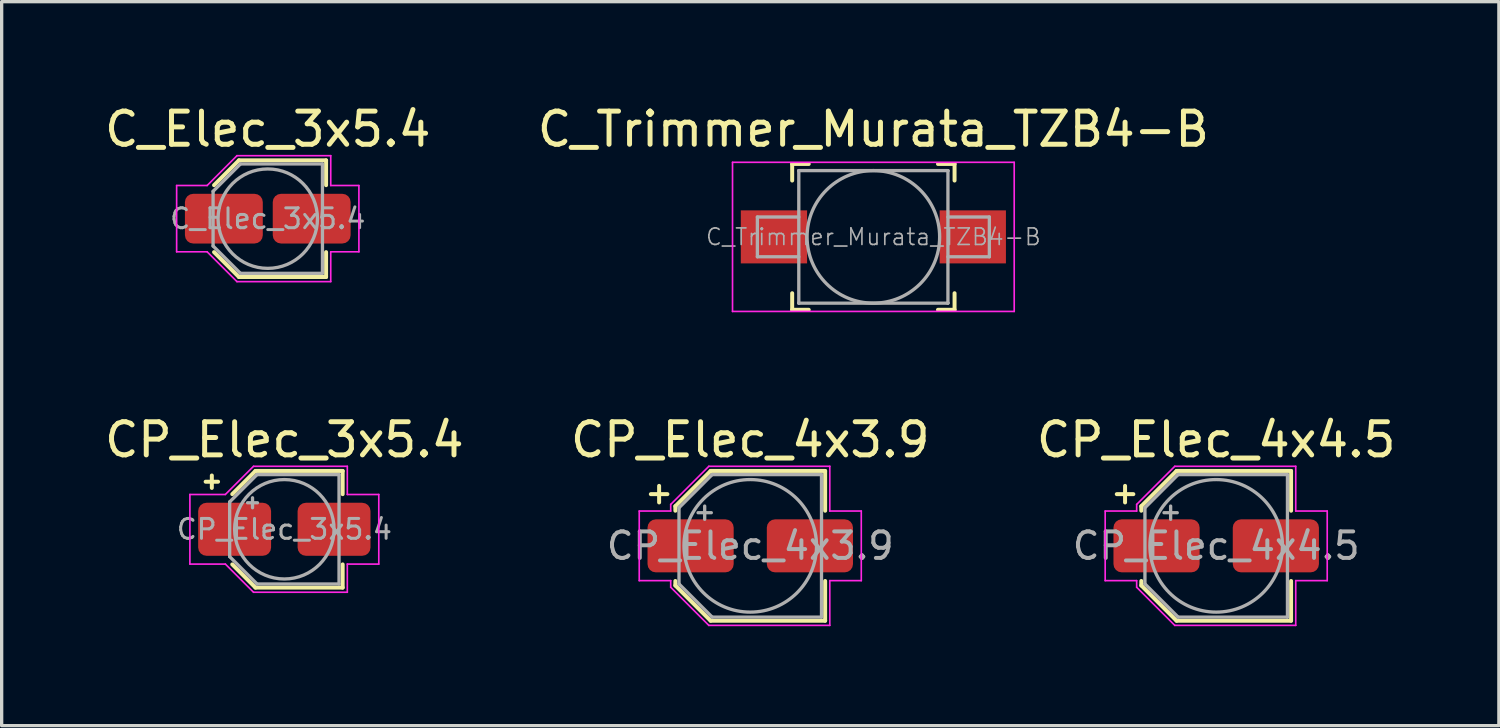
<source format=kicad_pcb>
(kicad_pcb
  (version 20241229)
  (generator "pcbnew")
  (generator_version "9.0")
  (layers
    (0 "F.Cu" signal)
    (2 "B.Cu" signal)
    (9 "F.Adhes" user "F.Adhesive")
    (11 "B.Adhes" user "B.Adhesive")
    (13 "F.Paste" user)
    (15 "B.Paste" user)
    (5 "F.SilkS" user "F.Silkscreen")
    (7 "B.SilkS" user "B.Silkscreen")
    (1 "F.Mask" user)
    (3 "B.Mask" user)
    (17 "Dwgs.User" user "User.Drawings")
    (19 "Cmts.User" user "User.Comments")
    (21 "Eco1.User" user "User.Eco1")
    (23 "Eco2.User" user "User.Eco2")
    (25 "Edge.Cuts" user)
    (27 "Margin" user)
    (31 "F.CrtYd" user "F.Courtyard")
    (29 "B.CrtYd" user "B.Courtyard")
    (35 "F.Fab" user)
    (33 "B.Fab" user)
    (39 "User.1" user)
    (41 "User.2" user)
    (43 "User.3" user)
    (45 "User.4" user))
  (footprint "CP_Elec_4x4.5"
    (layer "F.Cu")
    (at 33.649 13.421)
    (property "Reference" "CP_Elec_4x4.5" (at 0 -3.2 0) (layer "F.SilkS") (effects (font (size 1 1) (thickness 0.15))))
    (attr smd)
    (fp_line (start -3 -1.56) (end -2.5 -1.56) (stroke (width 0.12) (type solid)) (layer "F.SilkS"))
    (fp_line (start -2.75 -1.81) (end -2.75 -1.31) (stroke (width 0.12) (type solid)) (layer "F.SilkS"))
    (fp_line (start -2.26 -1.196) (end -2.26 -1.06) (stroke (width 0.12) (type solid)) (layer "F.SilkS"))
    (fp_line (start -2.26 -1.196) (end -1.196 -2.26) (stroke (width 0.12) (type solid)) (layer "F.SilkS"))
    (fp_line (start -2.26 1.196) (end -2.26 1.06) (stroke (width 0.12) (type solid)) (layer "F.SilkS"))
    (fp_line (start -2.26 1.196) (end -1.196 2.26) (stroke (width 0.12) (type solid)) (layer "F.SilkS"))
    (fp_line (start -1.196 -2.26) (end 2.26 -2.26) (stroke (width 0.12) (type solid)) (layer "F.SilkS"))
    (fp_line (start -1.196 2.26) (end 2.26 2.26) (stroke (width 0.12) (type solid)) (layer "F.SilkS"))
    (fp_line (start 2.26 -2.26) (end 2.26 -1.06) (stroke (width 0.12) (type solid)) (layer "F.SilkS"))
    (fp_line (start 2.26 2.26) (end 2.26 1.06) (stroke (width 0.12) (type solid)) (layer "F.SilkS"))
    (fp_line (start -3.35 -1.05) (end -3.35 1.05) (stroke (width 0.05) (type solid)) (layer "F.CrtYd"))
    (fp_line (start -3.35 1.05) (end -2.4 1.05) (stroke (width 0.05) (type solid)) (layer "F.CrtYd"))
    (fp_line (start -2.4 -1.25) (end -2.4 -1.05) (stroke (width 0.05) (type solid)) (layer "F.CrtYd"))
    (fp_line (start -2.4 -1.25) (end -1.25 -2.4) (stroke (width 0.05) (type solid)) (layer "F.CrtYd"))
    (fp_line (start -2.4 -1.05) (end -3.35 -1.05) (stroke (width 0.05) (type solid)) (layer "F.CrtYd"))
    (fp_line (start -2.4 1.05) (end -2.4 1.25) (stroke (width 0.05) (type solid)) (layer "F.CrtYd"))
    (fp_line (start -2.4 1.25) (end -1.25 2.4) (stroke (width 0.05) (type solid)) (layer "F.CrtYd"))
    (fp_line (start -1.25 -2.4) (end 2.4 -2.4) (stroke (width 0.05) (type solid)) (layer "F.CrtYd"))
    (fp_line (start -1.25 2.4) (end 2.4 2.4) (stroke (width 0.05) (type solid)) (layer "F.CrtYd"))
    (fp_line (start 2.4 -2.4) (end 2.4 -1.05) (stroke (width 0.05) (type solid)) (layer "F.CrtYd"))
    (fp_line (start 2.4 -1.05) (end 3.35 -1.05) (stroke (width 0.05) (type solid)) (layer "F.CrtYd"))
    (fp_line (start 2.4 1.05) (end 2.4 2.4) (stroke (width 0.05) (type solid)) (layer "F.CrtYd"))
    (fp_line (start 3.35 -1.05) (end 3.35 1.05) (stroke (width 0.05) (type solid)) (layer "F.CrtYd"))
    (fp_line (start 3.35 1.05) (end 2.4 1.05) (stroke (width 0.05) (type solid)) (layer "F.CrtYd"))
    (fp_line (start -2.15 -1.15) (end -2.15 1.15) (stroke (width 0.1) (type solid)) (layer "F.Fab"))
    (fp_line (start -2.15 -1.15) (end -1.15 -2.15) (stroke (width 0.1) (type solid)) (layer "F.Fab"))
    (fp_line (start -2.15 1.15) (end -1.15 2.15) (stroke (width 0.1) (type solid)) (layer "F.Fab"))
    (fp_line (start -1.575 -1) (end -1.175 -1) (stroke (width 0.1) (type solid)) (layer "F.Fab"))
    (fp_line (start -1.375 -1.2) (end -1.375 -0.8) (stroke (width 0.1) (type solid)) (layer "F.Fab"))
    (fp_line (start -1.15 -2.15) (end 2.15 -2.15) (stroke (width 0.1) (type solid)) (layer "F.Fab"))
    (fp_line (start -1.15 2.15) (end 2.15 2.15) (stroke (width 0.1) (type solid)) (layer "F.Fab"))
    (fp_line (start 2.15 -2.15) (end 2.15 2.15) (stroke (width 0.1) (type solid)) (layer "F.Fab"))
    (fp_circle (center 0 0) (end 2 0) (stroke (width 0.1) (type solid)) (fill no) (layer "F.Fab"))
    (fp_text user "${REFERENCE}" (at 0 0 0) (layer "F.Fab") (effects (font (size 0.8 0.8) (thickness 0.12))))
    (pad "1" smd roundrect (at -1.8 0) (size 2.6 1.6) (layers "F.Cu" "F.Mask" "F.Paste") (roundrect_rratio 0.156))
    (pad "2" smd roundrect (at 1.8 0) (size 2.6 1.6) (layers "F.Cu" "F.Mask" "F.Paste") (roundrect_rratio 0.156)))
  (footprint "CP_Elec_4x3.9"
    (layer "F.Cu")
    (at 19.589 13.421)
    (property "Reference" "CP_Elec_4x3.9" (at 0 -3.2 0) (layer "F.SilkS") (effects (font (size 1 1) (thickness 0.15))))
    (attr smd)
    (fp_line (start -3 -1.56) (end -2.5 -1.56) (stroke (width 0.12) (type solid)) (layer "F.SilkS"))
    (fp_line (start -2.75 -1.81) (end -2.75 -1.31) (stroke (width 0.12) (type solid)) (layer "F.SilkS"))
    (fp_line (start -2.26 -1.196) (end -2.26 -1.06) (stroke (width 0.12) (type solid)) (layer "F.SilkS"))
    (fp_line (start -2.26 -1.196) (end -1.196 -2.26) (stroke (width 0.12) (type solid)) (layer "F.SilkS"))
    (fp_line (start -2.26 1.196) (end -2.26 1.06) (stroke (width 0.12) (type solid)) (layer "F.SilkS"))
    (fp_line (start -2.26 1.196) (end -1.196 2.26) (stroke (width 0.12) (type solid)) (layer "F.SilkS"))
    (fp_line (start -1.196 -2.26) (end 2.26 -2.26) (stroke (width 0.12) (type solid)) (layer "F.SilkS"))
    (fp_line (start -1.196 2.26) (end 2.26 2.26) (stroke (width 0.12) (type solid)) (layer "F.SilkS"))
    (fp_line (start 2.26 -2.26) (end 2.26 -1.06) (stroke (width 0.12) (type solid)) (layer "F.SilkS"))
    (fp_line (start 2.26 2.26) (end 2.26 1.06) (stroke (width 0.12) (type solid)) (layer "F.SilkS"))
    (fp_line (start -3.35 -1.05) (end -3.35 1.05) (stroke (width 0.05) (type solid)) (layer "F.CrtYd"))
    (fp_line (start -3.35 1.05) (end -2.4 1.05) (stroke (width 0.05) (type solid)) (layer "F.CrtYd"))
    (fp_line (start -2.4 -1.25) (end -2.4 -1.05) (stroke (width 0.05) (type solid)) (layer "F.CrtYd"))
    (fp_line (start -2.4 -1.25) (end -1.25 -2.4) (stroke (width 0.05) (type solid)) (layer "F.CrtYd"))
    (fp_line (start -2.4 -1.05) (end -3.35 -1.05) (stroke (width 0.05) (type solid)) (layer "F.CrtYd"))
    (fp_line (start -2.4 1.05) (end -2.4 1.25) (stroke (width 0.05) (type solid)) (layer "F.CrtYd"))
    (fp_line (start -2.4 1.25) (end -1.25 2.4) (stroke (width 0.05) (type solid)) (layer "F.CrtYd"))
    (fp_line (start -1.25 -2.4) (end 2.4 -2.4) (stroke (width 0.05) (type solid)) (layer "F.CrtYd"))
    (fp_line (start -1.25 2.4) (end 2.4 2.4) (stroke (width 0.05) (type solid)) (layer "F.CrtYd"))
    (fp_line (start 2.4 -2.4) (end 2.4 -1.05) (stroke (width 0.05) (type solid)) (layer "F.CrtYd"))
    (fp_line (start 2.4 -1.05) (end 3.35 -1.05) (stroke (width 0.05) (type solid)) (layer "F.CrtYd"))
    (fp_line (start 2.4 1.05) (end 2.4 2.4) (stroke (width 0.05) (type solid)) (layer "F.CrtYd"))
    (fp_line (start 3.35 -1.05) (end 3.35 1.05) (stroke (width 0.05) (type solid)) (layer "F.CrtYd"))
    (fp_line (start 3.35 1.05) (end 2.4 1.05) (stroke (width 0.05) (type solid)) (layer "F.CrtYd"))
    (fp_line (start -2.15 -1.15) (end -2.15 1.15) (stroke (width 0.1) (type solid)) (layer "F.Fab"))
    (fp_line (start -2.15 -1.15) (end -1.15 -2.15) (stroke (width 0.1) (type solid)) (layer "F.Fab"))
    (fp_line (start -2.15 1.15) (end -1.15 2.15) (stroke (width 0.1) (type solid)) (layer "F.Fab"))
    (fp_line (start -1.575 -1) (end -1.175 -1) (stroke (width 0.1) (type solid)) (layer "F.Fab"))
    (fp_line (start -1.375 -1.2) (end -1.375 -0.8) (stroke (width 0.1) (type solid)) (layer "F.Fab"))
    (fp_line (start -1.15 -2.15) (end 2.15 -2.15) (stroke (width 0.1) (type solid)) (layer "F.Fab"))
    (fp_line (start -1.15 2.15) (end 2.15 2.15) (stroke (width 0.1) (type solid)) (layer "F.Fab"))
    (fp_line (start 2.15 -2.15) (end 2.15 2.15) (stroke (width 0.1) (type solid)) (layer "F.Fab"))
    (fp_circle (center 0 0) (end 2 0) (stroke (width 0.1) (type solid)) (fill no) (layer "F.Fab"))
    (fp_text user "${REFERENCE}" (at 0 0 0) (layer "F.Fab") (effects (font (size 0.8 0.8) (thickness 0.12))))
    (pad "1" smd roundrect (at -1.8 0) (size 2.6 1.6) (layers "F.Cu" "F.Mask" "F.Paste") (roundrect_rratio 0.156))
    (pad "2" smd roundrect (at 1.8 0) (size 2.6 1.6) (layers "F.Cu" "F.Mask" "F.Paste") (roundrect_rratio 0.156)))
  (footprint "C_Elec_3x5.4"
    (layer "F.Cu")
    (at 5.03 3.548)
    (property "Reference" "C_Elec_3x5.4" (at 0 -2.7 0) (layer "F.SilkS") (effects (font (size 1 1) (thickness 0.15))))
    (attr smd)
    (fp_line (start -1.621 -1.01) (end -0.871 -1.76) (stroke (width 0.12) (type solid)) (layer "F.SilkS"))
    (fp_line (start -1.621 1.01) (end -0.871 1.76) (stroke (width 0.12) (type solid)) (layer "F.SilkS"))
    (fp_line (start -0.871 -1.76) (end 1.76 -1.76) (stroke (width 0.12) (type solid)) (layer "F.SilkS"))
    (fp_line (start -0.871 1.76) (end 1.76 1.76) (stroke (width 0.12) (type solid)) (layer "F.SilkS"))
    (fp_line (start 1.76 -1.76) (end 1.76 -1.01) (stroke (width 0.12) (type solid)) (layer "F.SilkS"))
    (fp_line (start 1.76 1.76) (end 1.76 1.01) (stroke (width 0.12) (type solid)) (layer "F.SilkS"))
    (fp_line (start -2.75 -1) (end -2.75 1) (stroke (width 0.05) (type solid)) (layer "F.CrtYd"))
    (fp_line (start -2.75 1) (end -1.83 1) (stroke (width 0.05) (type solid)) (layer "F.CrtYd"))
    (fp_line (start -1.83 -1) (end -2.75 -1) (stroke (width 0.05) (type solid)) (layer "F.CrtYd"))
    (fp_line (start -1.83 -1) (end -0.93 -1.9) (stroke (width 0.05) (type solid)) (layer "F.CrtYd"))
    (fp_line (start -1.83 1) (end -0.93 1.9) (stroke (width 0.05) (type solid)) (layer "F.CrtYd"))
    (fp_line (start -0.93 -1.9) (end 1.9 -1.9) (stroke (width 0.05) (type solid)) (layer "F.CrtYd"))
    (fp_line (start -0.93 1.9) (end 1.9 1.9) (stroke (width 0.05) (type solid)) (layer "F.CrtYd"))
    (fp_line (start 1.9 -1.9) (end 1.9 -1) (stroke (width 0.05) (type solid)) (layer "F.CrtYd"))
    (fp_line (start 1.9 -1) (end 2.75 -1) (stroke (width 0.05) (type solid)) (layer "F.CrtYd"))
    (fp_line (start 1.9 1) (end 1.9 1.9) (stroke (width 0.05) (type solid)) (layer "F.CrtYd"))
    (fp_line (start 2.75 -1) (end 2.75 1) (stroke (width 0.05) (type solid)) (layer "F.CrtYd"))
    (fp_line (start 2.75 1) (end 1.9 1) (stroke (width 0.05) (type solid)) (layer "F.CrtYd"))
    (fp_line (start -1.65 -0.825) (end -1.65 0.825) (stroke (width 0.1) (type solid)) (layer "F.Fab"))
    (fp_line (start -1.65 -0.825) (end -0.825 -1.65) (stroke (width 0.1) (type solid)) (layer "F.Fab"))
    (fp_line (start -1.65 0.825) (end -0.825 1.65) (stroke (width 0.1) (type solid)) (layer "F.Fab"))
    (fp_line (start -0.825 -1.65) (end 1.65 -1.65) (stroke (width 0.1) (type solid)) (layer "F.Fab"))
    (fp_line (start -0.825 1.65) (end 1.65 1.65) (stroke (width 0.1) (type solid)) (layer "F.Fab"))
    (fp_line (start 1.65 -1.65) (end 1.65 1.65) (stroke (width 0.1) (type solid)) (layer "F.Fab"))
    (fp_circle (center 0 0) (end 1.5 0) (stroke (width 0.1) (type solid)) (fill no) (layer "F.Fab"))
    (fp_text user "${REFERENCE}" (at 0 0 0) (layer "F.Fab") (effects (font (size 0.6 0.6) (thickness 0.09))))
    (pad "1" smd roundrect (at -1.325 0) (size 2.35 1.5) (layers "F.Cu" "F.Mask" "F.Paste") (roundrect_rratio 0.167))
    (pad "2" smd roundrect (at 1.325 0) (size 2.35 1.5) (layers "F.Cu" "F.Mask" "F.Paste") (roundrect_rratio 0.167)))
  (footprint "CP_Elec_3x5.4"
    (layer "F.Cu")
    (at 5.53 12.921)
    (property "Reference" "CP_Elec_3x5.4" (at 0 -2.7 0) (layer "F.SilkS") (effects (font (size 1 1) (thickness 0.15))))
    (attr smd)
    (fp_line (start -2.375 -1.435) (end -2 -1.435) (stroke (width 0.12) (type solid)) (layer "F.SilkS"))
    (fp_line (start -2.188 -1.623) (end -2.188 -1.248) (stroke (width 0.12) (type solid)) (layer "F.SilkS"))
    (fp_line (start -1.571 -1.06) (end -0.871 -1.76) (stroke (width 0.12) (type solid)) (layer "F.SilkS"))
    (fp_line (start -1.571 1.06) (end -0.871 1.76) (stroke (width 0.12) (type solid)) (layer "F.SilkS"))
    (fp_line (start -0.871 -1.76) (end 1.76 -1.76) (stroke (width 0.12) (type solid)) (layer "F.SilkS"))
    (fp_line (start -0.871 1.76) (end 1.76 1.76) (stroke (width 0.12) (type solid)) (layer "F.SilkS"))
    (fp_line (start 1.76 -1.76) (end 1.76 -1.06) (stroke (width 0.12) (type solid)) (layer "F.SilkS"))
    (fp_line (start 1.76 1.76) (end 1.76 1.06) (stroke (width 0.12) (type solid)) (layer "F.SilkS"))
    (fp_line (start -2.85 -1.05) (end -2.85 1.05) (stroke (width 0.05) (type solid)) (layer "F.CrtYd"))
    (fp_line (start -2.85 1.05) (end -1.78 1.05) (stroke (width 0.05) (type solid)) (layer "F.CrtYd"))
    (fp_line (start -1.78 -1.05) (end -2.85 -1.05) (stroke (width 0.05) (type solid)) (layer "F.CrtYd"))
    (fp_line (start -1.78 -1.05) (end -0.93 -1.9) (stroke (width 0.05) (type solid)) (layer "F.CrtYd"))
    (fp_line (start -1.78 1.05) (end -0.93 1.9) (stroke (width 0.05) (type solid)) (layer "F.CrtYd"))
    (fp_line (start -0.93 -1.9) (end 1.9 -1.9) (stroke (width 0.05) (type solid)) (layer "F.CrtYd"))
    (fp_line (start -0.93 1.9) (end 1.9 1.9) (stroke (width 0.05) (type solid)) (layer "F.CrtYd"))
    (fp_line (start 1.9 -1.9) (end 1.9 -1.05) (stroke (width 0.05) (type solid)) (layer "F.CrtYd"))
    (fp_line (start 1.9 -1.05) (end 2.85 -1.05) (stroke (width 0.05) (type solid)) (layer "F.CrtYd"))
    (fp_line (start 1.9 1.05) (end 1.9 1.9) (stroke (width 0.05) (type solid)) (layer "F.CrtYd"))
    (fp_line (start 2.85 -1.05) (end 2.85 1.05) (stroke (width 0.05) (type solid)) (layer "F.CrtYd"))
    (fp_line (start 2.85 1.05) (end 1.9 1.05) (stroke (width 0.05) (type solid)) (layer "F.CrtYd"))
    (fp_line (start -1.65 -0.825) (end -1.65 0.825) (stroke (width 0.1) (type solid)) (layer "F.Fab"))
    (fp_line (start -1.65 -0.825) (end -0.825 -1.65) (stroke (width 0.1) (type solid)) (layer "F.Fab"))
    (fp_line (start -1.65 0.825) (end -0.825 1.65) (stroke (width 0.1) (type solid)) (layer "F.Fab"))
    (fp_line (start -1.11 -0.8) (end -0.81 -0.8) (stroke (width 0.1) (type solid)) (layer "F.Fab"))
    (fp_line (start -0.96 -0.95) (end -0.96 -0.65) (stroke (width 0.1) (type solid)) (layer "F.Fab"))
    (fp_line (start -0.825 -1.65) (end 1.65 -1.65) (stroke (width 0.1) (type solid)) (layer "F.Fab"))
    (fp_line (start -0.825 1.65) (end 1.65 1.65) (stroke (width 0.1) (type solid)) (layer "F.Fab"))
    (fp_line (start 1.65 -1.65) (end 1.65 1.65) (stroke (width 0.1) (type solid)) (layer "F.Fab"))
    (fp_circle (center 0 0) (end 1.5 0) (stroke (width 0.1) (type solid)) (fill no) (layer "F.Fab"))
    (fp_text user "${REFERENCE}" (at 0 0 0) (layer "F.Fab") (effects (font (size 0.6 0.6) (thickness 0.09))))
    (pad "1" smd roundrect (at -1.5 0) (size 2.2 1.6) (layers "F.Cu" "F.Mask" "F.Paste") (roundrect_rratio 0.156))
    (pad "2" smd roundrect (at 1.5 0) (size 2.2 1.6) (layers "F.Cu" "F.Mask" "F.Paste") (roundrect_rratio 0.156)))
  (footprint "C_Trimmer_Murata_TZB4-B"
    (layer "F.Cu")
    (at 23.304 4.098)
    (property "Reference" "C_Trimmer_Murata_TZB4-B" (at 0 -3.25 0) (layer "F.SilkS") (effects (font (size 1 1) (thickness 0.15))))
    (attr smd)
    (fp_line (start -2.45 -2.2) (end -2.45 -1.7) (stroke (width 0.12) (type solid)) (layer "F.SilkS"))
    (fp_line (start -2.45 -2.2) (end -1.95 -2.2) (stroke (width 0.12) (type solid)) (layer "F.SilkS"))
    (fp_line (start -2.45 2.2) (end -2.45 1.7) (stroke (width 0.12) (type solid)) (layer "F.SilkS"))
    (fp_line (start -2.45 2.2) (end -1.95 2.2) (stroke (width 0.12) (type solid)) (layer "F.SilkS"))
    (fp_line (start 2.45 -2.2) (end 1.95 -2.2) (stroke (width 0.12) (type solid)) (layer "F.SilkS"))
    (fp_line (start 2.45 -2.2) (end 2.45 -1.7) (stroke (width 0.12) (type solid)) (layer "F.SilkS"))
    (fp_line (start 2.45 2.2) (end 1.95 2.2) (stroke (width 0.12) (type solid)) (layer "F.SilkS"))
    (fp_line (start 2.45 2.2) (end 2.45 1.7) (stroke (width 0.12) (type solid)) (layer "F.SilkS"))
    (fp_line (start -4.25 -2.25) (end -4.25 2.25) (stroke (width 0.05) (type solid)) (layer "F.CrtYd"))
    (fp_line (start -4.25 2.25) (end 4.25 2.25) (stroke (width 0.05) (type solid)) (layer "F.CrtYd"))
    (fp_line (start 4.25 -2.25) (end -4.25 -2.25) (stroke (width 0.05) (type solid)) (layer "F.CrtYd"))
    (fp_line (start 4.25 2.25) (end 4.25 -2.25) (stroke (width 0.05) (type solid)) (layer "F.CrtYd"))
    (fp_line (start -3.5 -0.6) (end -3.5 0.6) (stroke (width 0.1) (type solid)) (layer "F.Fab"))
    (fp_line (start -3.5 0.6) (end -2.25 0.6) (stroke (width 0.1) (type solid)) (layer "F.Fab"))
    (fp_line (start -2.25 -2) (end -2.24 -2) (stroke (width 0.1) (type solid)) (layer "F.Fab"))
    (fp_line (start -2.25 -1.99) (end -2.25 -2) (stroke (width 0.1) (type solid)) (layer "F.Fab"))
    (fp_line (start -2.25 -0.6) (end -3.5 -0.6) (stroke (width 0.1) (type solid)) (layer "F.Fab"))
    (fp_line (start -2.25 1.99) (end -2.25 -1.99) (stroke (width 0.1) (type solid)) (layer "F.Fab"))
    (fp_line (start -2.25 2) (end -2.25 1.99) (stroke (width 0.1) (type solid)) (layer "F.Fab"))
    (fp_line (start -2.24 -2) (end 2.24 -2) (stroke (width 0.1) (type solid)) (layer "F.Fab"))
    (fp_line (start -2.24 2) (end -2.25 2) (stroke (width 0.1) (type solid)) (layer "F.Fab"))
    (fp_line (start 2.24 -2) (end 2.25 -2) (stroke (width 0.1) (type solid)) (layer "F.Fab"))
    (fp_line (start 2.24 2) (end -2.24 2) (stroke (width 0.1) (type solid)) (layer "F.Fab"))
    (fp_line (start 2.25 -2) (end 2.25 -1.99) (stroke (width 0.1) (type solid)) (layer "F.Fab"))
    (fp_line (start 2.25 -1.99) (end 2.25 1.99) (stroke (width 0.1) (type solid)) (layer "F.Fab"))
    (fp_line (start 2.25 -0.6) (end 3.5 -0.6) (stroke (width 0.1) (type solid)) (layer "F.Fab"))
    (fp_line (start 2.25 1.99) (end 2.25 2) (stroke (width 0.1) (type solid)) (layer "F.Fab"))
    (fp_line (start 2.25 2) (end 2.24 2) (stroke (width 0.1) (type solid)) (layer "F.Fab"))
    (fp_line (start 3.5 -0.6) (end 3.5 0.6) (stroke (width 0.1) (type solid)) (layer "F.Fab"))
    (fp_line (start 3.5 0.6) (end 2.25 0.6) (stroke (width 0.1) (type solid)) (layer "F.Fab"))
    (fp_circle (center 0 0) (end 2 0) (stroke (width 0.1) (type solid)) (fill no) (layer "F.Fab"))
    (fp_text user "${REFERENCE}" (at 0 0 0) (layer "F.Fab") (effects (font (size 0.5 0.5) (thickness 0.05))))
    (pad "1" smd rect (at -3 0) (size 2 1.6) (layers "F.Cu" "F.Mask" "F.Paste"))
    (pad "2" smd rect (at 3 0) (size 2 1.6) (layers "F.Cu" "F.Mask" "F.Paste")))
  (gr_rect
    (start -3 -3)
    (end 42.179 18.846)
    (stroke (width 0.1) (type default))
    (fill no)
    (layer "Edge.Cuts")))
</source>
